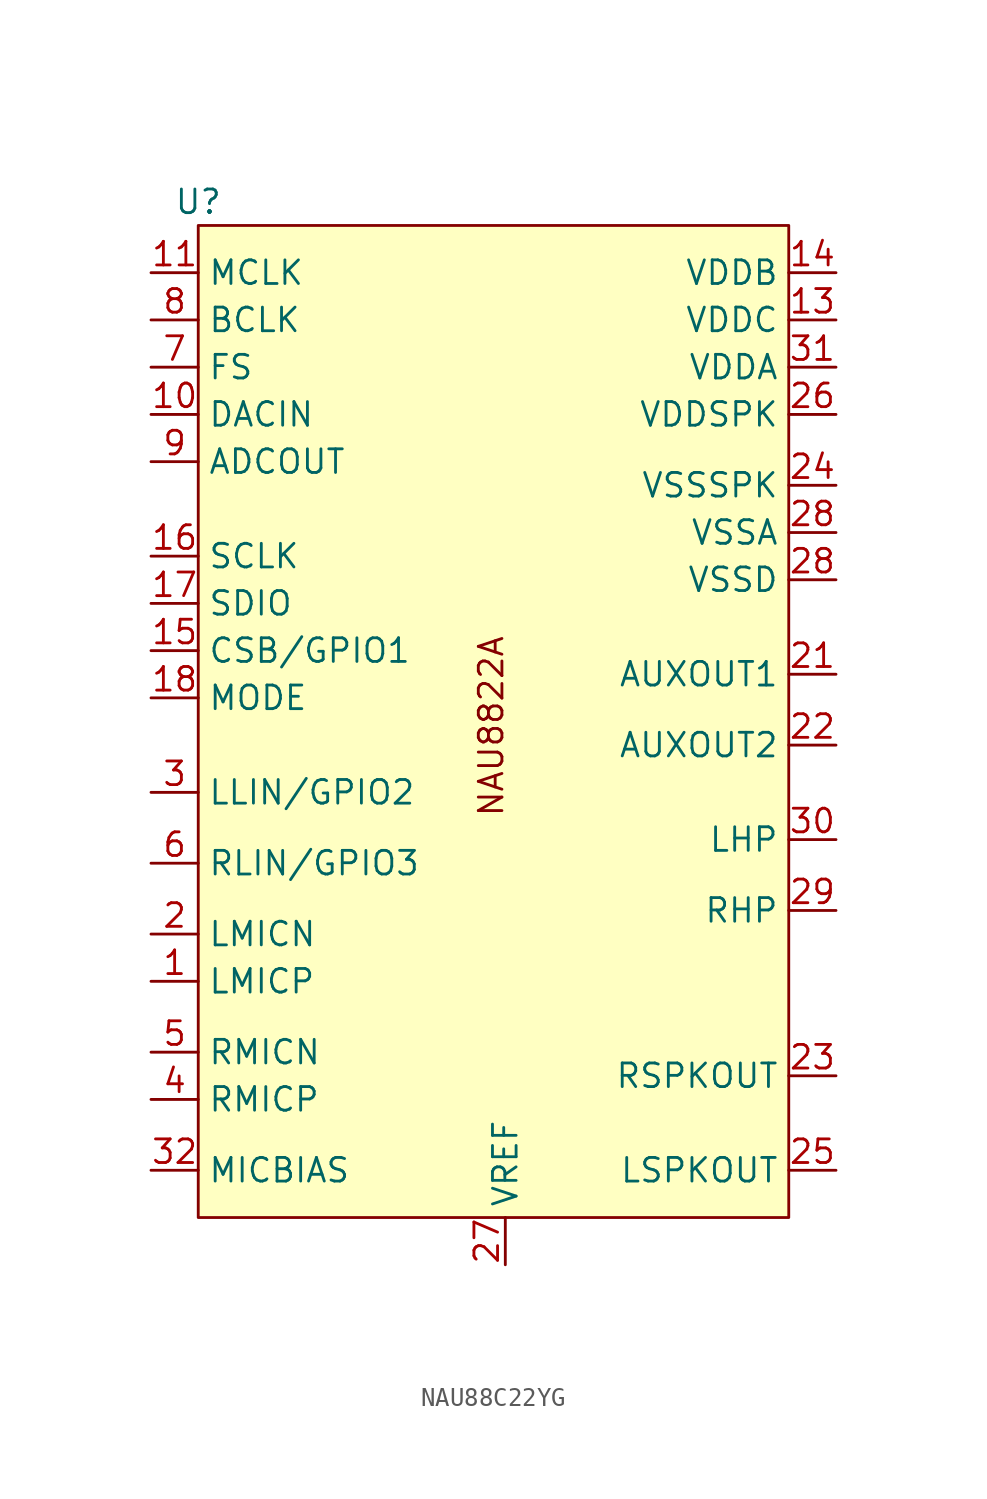
<source format=kicad_sym>
(kicad_symbol_lib
  (version 20231120)
  (generator "kicad_symbol_editor")
  (generator_version "8.0")
  (symbol "NAU88C22YG"
    (property "Reference" "U"
      (at 0 0 0)
      (effects (font (size 1.27 1.27))))
    (property "Value" ""
      (at 0 0 0)
      (effects (font (size 1.27 1.27))))
    (symbol "NAU88C22YG_1_1"
      (rectangle (start 0 -1.27) (end 31.75 -54.61) (stroke (width 0) (type default)) (fill (type background)))
      (text "NAU8822A" (at 15.748 -28.194 900) (effects (font (size 1.27 1.27))))
      (pin input line (at -2.54 -41.91 0) (length 2.54) (name "LMICP" (effects (font (size 1.27 1.27)))) (number "1" (effects (font (size 1.27 1.27)))))
      (pin input line (at -2.54 -11.43 0) (length 2.54) (name "DACIN" (effects (font (size 1.27 1.27)))) (number "10" (effects (font (size 1.27 1.27)))))
      (pin input line (at -2.54 -3.81 0) (length 2.54) (name "MCLK" (effects (font (size 1.27 1.27)))) (number "11" (effects (font (size 1.27 1.27)))))
      (pin power_in line (at 34.29 -6.35 180) (length 2.54) (name "VDDC" (effects (font (size 1.27 1.27)))) (number "13" (effects (font (size 1.27 1.27)))))
      (pin power_in line (at 34.29 -3.81 180) (length 2.54) (name "VDDB" (effects (font (size 1.27 1.27)))) (number "14" (effects (font (size 1.27 1.27)))))
      (pin bidirectional line (at -2.54 -24.13 0) (length 2.54) (name "CSB/GPIO1" (effects (font (size 1.27 1.27)))) (number "15" (effects (font (size 1.27 1.27)))))
      (pin input line (at -2.54 -19.05 0) (length 2.54) (name "SCLK" (effects (font (size 1.27 1.27)))) (number "16" (effects (font (size 1.27 1.27)))))
      (pin input line (at -2.54 -21.59 0) (length 2.54) (name "SDIO" (effects (font (size 1.27 1.27)))) (number "17" (effects (font (size 1.27 1.27)))))
      (pin input line (at -2.54 -26.67 0) (length 2.54) (name "MODE" (effects (font (size 1.27 1.27)))) (number "18" (effects (font (size 1.27 1.27)))))
      (pin input line (at -2.54 -39.37 0) (length 2.54) (name "LMICN" (effects (font (size 1.27 1.27)))) (number "2" (effects (font (size 1.27 1.27)))))
      (pin output line (at 34.29 -25.4 180) (length 2.54) (name "AUXOUT1" (effects (font (size 1.27 1.27)))) (number "21" (effects (font (size 1.27 1.27)))))
      (pin output line (at 34.29 -29.21 180) (length 2.54) (name "AUXOUT2" (effects (font (size 1.27 1.27)))) (number "22" (effects (font (size 1.27 1.27)))))
      (pin output line (at 34.29 -46.99 180) (length 2.54) (name "RSPKOUT" (effects (font (size 1.27 1.27)))) (number "23" (effects (font (size 1.27 1.27)))))
      (pin power_in line (at 34.29 -15.24 180) (length 2.54) (name "VSSSPK" (effects (font (size 1.27 1.27)))) (number "24" (effects (font (size 1.27 1.27)))))
      (pin output line (at 34.29 -52.07 180) (length 2.54) (name "LSPKOUT" (effects (font (size 1.27 1.27)))) (number "25" (effects (font (size 1.27 1.27)))))
      (pin power_in line (at 34.29 -11.43 180) (length 2.54) (name "VDDSPK" (effects (font (size 1.27 1.27)))) (number "26" (effects (font (size 1.27 1.27)))))
      (pin power_in line (at 16.51 -57.15 90) (length 2.54) (name "VREF" (effects (font (size 1.27 1.27)))) (number "27" (effects (font (size 1.27 1.27)))))
      (pin power_in line (at 34.29 -17.78 180) (length 2.54) (name "VSSA" (effects (font (size 1.27 1.27)))) (number "28" (effects (font (size 1.27 1.27)))))
      (pin power_in line (at 34.29 -20.32 180) (length 2.54) (name "VSSD" (effects (font (size 1.27 1.27)))) (number "28" (effects (font (size 1.27 1.27)))))
      (pin output line (at 34.29 -38.1 180) (length 2.54) (name "RHP" (effects (font (size 1.27 1.27)))) (number "29" (effects (font (size 1.27 1.27)))))
      (pin input line (at -2.54 -31.75 0) (length 2.54) (name "LLIN/GPIO2" (effects (font (size 1.27 1.27)))) (number "3" (effects (font (size 1.27 1.27)))))
      (pin output line (at 34.29 -34.29 180) (length 2.54) (name "LHP" (effects (font (size 1.27 1.27)))) (number "30" (effects (font (size 1.27 1.27)))))
      (pin power_in line (at 34.29 -8.89 180) (length 2.54) (name "VDDA" (effects (font (size 1.27 1.27)))) (number "31" (effects (font (size 1.27 1.27)))))
      (pin input line (at -2.54 -52.07 0) (length 2.54) (name "MICBIAS" (effects (font (size 1.27 1.27)))) (number "32" (effects (font (size 1.27 1.27)))))
      (pin input line (at -2.54 -48.26 0) (length 2.54) (name "RMICP" (effects (font (size 1.27 1.27)))) (number "4" (effects (font (size 1.27 1.27)))))
      (pin input line (at -2.54 -45.72 0) (length 2.54) (name "RMICN" (effects (font (size 1.27 1.27)))) (number "5" (effects (font (size 1.27 1.27)))))
      (pin input line (at -2.54 -35.56 0) (length 2.54) (name "RLIN/GPIO3" (effects (font (size 1.27 1.27)))) (number "6" (effects (font (size 1.27 1.27)))))
      (pin bidirectional line (at -2.54 -8.89 0) (length 2.54) (name "FS" (effects (font (size 1.27 1.27)))) (number "7" (effects (font (size 1.27 1.27)))))
      (pin bidirectional line (at -2.54 -6.35 0) (length 2.54) (name "BCLK" (effects (font (size 1.27 1.27)))) (number "8" (effects (font (size 1.27 1.27)))))
      (pin output line (at -2.54 -13.97 0) (length 2.54) (name "ADCOUT" (effects (font (size 1.27 1.27)))) (number "9" (effects (font (size 1.27 1.27))))))))
</source>
